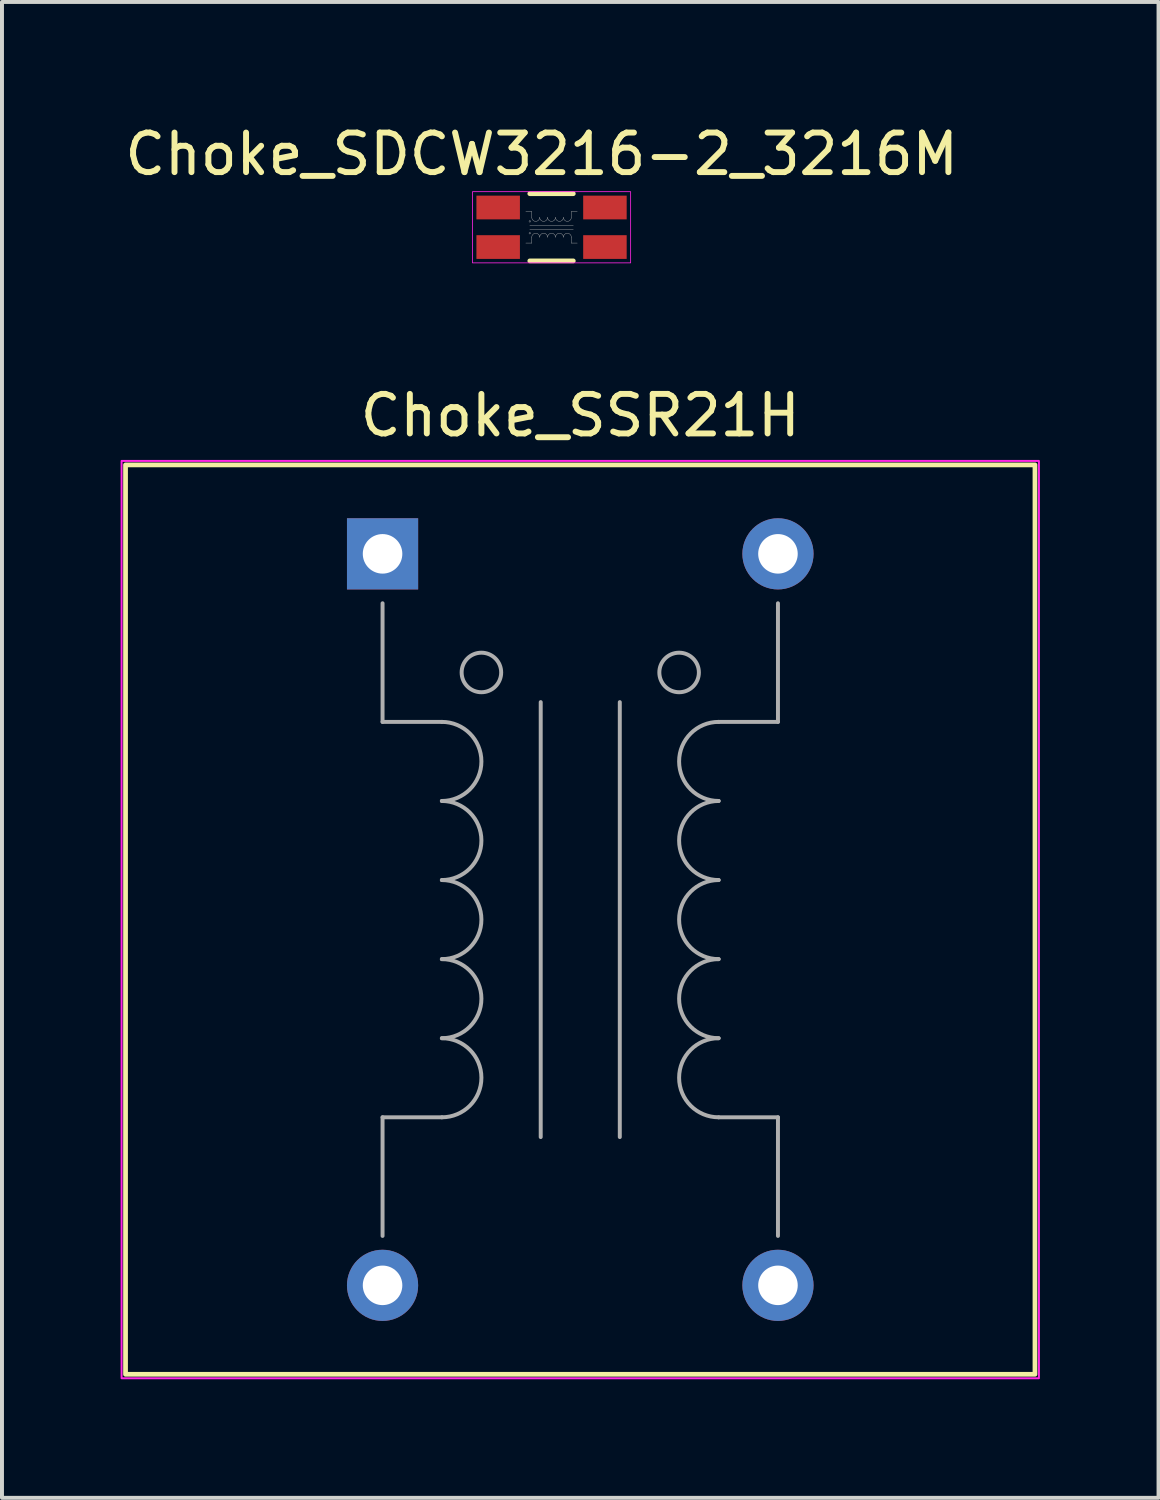
<source format=kicad_pcb>
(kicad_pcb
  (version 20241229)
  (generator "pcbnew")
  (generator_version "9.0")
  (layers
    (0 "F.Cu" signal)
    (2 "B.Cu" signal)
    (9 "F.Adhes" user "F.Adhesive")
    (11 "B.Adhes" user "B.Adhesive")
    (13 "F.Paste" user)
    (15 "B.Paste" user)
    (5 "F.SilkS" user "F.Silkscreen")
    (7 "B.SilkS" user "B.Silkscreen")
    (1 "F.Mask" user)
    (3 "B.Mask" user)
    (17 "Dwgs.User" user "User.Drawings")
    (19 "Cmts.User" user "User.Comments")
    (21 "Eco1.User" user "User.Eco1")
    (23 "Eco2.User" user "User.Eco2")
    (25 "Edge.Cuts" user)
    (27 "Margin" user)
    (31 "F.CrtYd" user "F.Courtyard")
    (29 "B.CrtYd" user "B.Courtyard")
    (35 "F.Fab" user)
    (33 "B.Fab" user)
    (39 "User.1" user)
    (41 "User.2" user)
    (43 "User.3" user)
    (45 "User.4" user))
  (footprint "Choke_SDCW3216-2_3216M"
    (layer "F.Cu")
    (at 9.549 2.198)
    (property "Reference" "Choke_SDCW3216-2_3216M" (at 1.1 -1.35 0) (unlocked yes) (layer "F.SilkS") (effects (font (size 1 1) (thickness 0.15))))
    (attr smd)
    (fp_line (start 0.8 -0.35) (end 1.9 -0.35) (stroke (width 0.12) (type default)) (layer "F.SilkS"))
    (fp_line (start 0.8 1.35) (end 1.9 1.35) (stroke (width 0.12) (type default)) (layer "F.SilkS"))
    (fp_rect (start -0.65 -0.4) (end 3.35 1.4) (stroke (width 0.02) (type default)) (fill no) (layer "F.CrtYd"))
    (fp_line (start 0.8 0.45) (end 1.9 0.45) (stroke (width 0.01) (type default)) (layer "F.Fab"))
    (fp_line (start 0.8 0.55) (end 1.9 0.55) (stroke (width 0.01) (type default)) (layer "F.Fab"))
    (fp_line (start 0.85 0.1) (end 0.7 0.1) (stroke (width 0.01) (type default)) (layer "F.Fab"))
    (fp_line (start 0.85 0.25) (end 0.85 0.1) (stroke (width 0.01) (type default)) (layer "F.Fab"))
    (fp_line (start 0.85 0.75) (end 0.85 0.9) (stroke (width 0.01) (type default)) (layer "F.Fab"))
    (fp_line (start 0.85 0.9) (end 0.7 0.9) (stroke (width 0.01) (type default)) (layer "F.Fab"))
    (fp_line (start 1.85 0.1) (end 2 0.1) (stroke (width 0.01) (type default)) (layer "F.Fab"))
    (fp_line (start 1.85 0.25) (end 1.85 0.1) (stroke (width 0.01) (type default)) (layer "F.Fab"))
    (fp_line (start 1.85 0.75) (end 1.85 0.9) (stroke (width 0.01) (type default)) (layer "F.Fab"))
    (fp_line (start 1.85 0.9) (end 2 0.9) (stroke (width 0.01) (type default)) (layer "F.Fab"))
    (fp_arc (start 0.85 0.75) (mid 0.95 0.65) (end 1.05 0.75) (stroke (width 0.01) (type default)) (layer "F.Fab"))
    (fp_arc (start 1.05 0.25) (mid 0.95 0.35) (end 0.85 0.25) (stroke (width 0.01) (type default)) (layer "F.Fab"))
    (fp_arc (start 1.05 0.75) (mid 1.15 0.65) (end 1.25 0.75) (stroke (width 0.01) (type default)) (layer "F.Fab"))
    (fp_arc (start 1.25 0.25) (mid 1.15 0.35) (end 1.05 0.25) (stroke (width 0.01) (type default)) (layer "F.Fab"))
    (fp_arc (start 1.25 0.75) (mid 1.35 0.65) (end 1.45 0.75) (stroke (width 0.01) (type default)) (layer "F.Fab"))
    (fp_arc (start 1.45 0.25) (mid 1.35 0.35) (end 1.25 0.25) (stroke (width 0.01) (type default)) (layer "F.Fab"))
    (fp_arc (start 1.45 0.75) (mid 1.55 0.65) (end 1.65 0.75) (stroke (width 0.01) (type default)) (layer "F.Fab"))
    (fp_arc (start 1.65 0.25) (mid 1.55 0.35) (end 1.45 0.25) (stroke (width 0.01) (type default)) (layer "F.Fab"))
    (fp_arc (start 1.65 0.75) (mid 1.75 0.65) (end 1.85 0.75) (stroke (width 0.01) (type default)) (layer "F.Fab"))
    (fp_arc (start 1.85 0.25) (mid 1.75 0.35) (end 1.65 0.25) (stroke (width 0.01) (type default)) (layer "F.Fab"))
    (fp_circle (center 0.8 0.35) (end 0.8 0.37) (stroke (width 0.01) (type default)) (fill no) (layer "F.Fab"))
    (fp_circle (center 0.8 0.65) (end 0.8 0.63) (stroke (width 0.01) (type default)) (fill no) (layer "F.Fab"))
    (pad "1" smd rect (at 0 0) (size 1.1 0.6) (layers "F.Cu" "F.Mask" "F.Paste"))
    (pad "2" smd rect (at 2.7 0) (size 1.1 0.6) (layers "F.Cu" "F.Mask" "F.Paste"))
    (pad "3" smd rect (at 2.7 1) (size 1.1 0.6) (layers "F.Cu" "F.Mask" "F.Paste"))
    (pad "4" smd rect (at 0 1) (size 1.1 0.6) (layers "F.Cu" "F.Mask" "F.Paste")))
  (footprint "Choke_SSR21H"
    (layer "F.Cu")
    (at 6.625 10.957)
    (property "Reference" "Choke_SSR21H" (at 5 -3.5 0) (unlocked yes) (layer "F.SilkS") (effects (font (size 1 1) (thickness 0.15))))
    (attr through_hole)
    (fp_rect (start -6.5 -2.25) (end 16.5 20.75) (stroke (width 0.12) (type default)) (fill no) (layer "F.SilkS"))
    (fp_rect (start -6.6 -2.35) (end 16.6 20.85) (stroke (width 0.05) (type default)) (fill no) (layer "F.CrtYd"))
    (fp_line (start 0 4.25) (end 0 1.25) (stroke (width 0.1) (type default)) (layer "F.Fab"))
    (fp_line (start 0 17.25) (end 0 14.25) (stroke (width 0.1) (type default)) (layer "F.Fab"))
    (fp_line (start 1.5 4.25) (end 0 4.25) (stroke (width 0.1) (type default)) (layer "F.Fab"))
    (fp_line (start 1.5 14.25) (end 0 14.25) (stroke (width 0.1) (type default)) (layer "F.Fab"))
    (fp_line (start 4 3.75) (end 4 14.75) (stroke (width 0.1) (type default)) (layer "F.Fab"))
    (fp_line (start 6 3.75) (end 6 14.75) (stroke (width 0.1) (type default)) (layer "F.Fab"))
    (fp_line (start 10 4.25) (end 8.5 4.25) (stroke (width 0.1) (type default)) (layer "F.Fab"))
    (fp_line (start 10 4.25) (end 10 1.25) (stroke (width 0.1) (type default)) (layer "F.Fab"))
    (fp_line (start 10 14.25) (end 8.5 14.25) (stroke (width 0.1) (type default)) (layer "F.Fab"))
    (fp_line (start 10 17.25) (end 10 14.25) (stroke (width 0.1) (type default)) (layer "F.Fab"))
    (fp_arc (start 1.5 4.25) (mid 2.5 5.25) (end 1.5 6.25) (stroke (width 0.1) (type default)) (layer "F.Fab"))
    (fp_arc (start 1.5 6.25) (mid 2.5 7.25) (end 1.5 8.25) (stroke (width 0.1) (type default)) (layer "F.Fab"))
    (fp_arc (start 1.5 8.25) (mid 2.5 9.25) (end 1.5 10.25) (stroke (width 0.1) (type default)) (layer "F.Fab"))
    (fp_arc (start 1.5 10.25) (mid 2.5 11.25) (end 1.5 12.25) (stroke (width 0.1) (type default)) (layer "F.Fab"))
    (fp_arc (start 1.5 12.25) (mid 2.5 13.25) (end 1.5 14.25) (stroke (width 0.1) (type default)) (layer "F.Fab"))
    (fp_arc (start 8.5 6.25) (mid 7.5 5.25) (end 8.5 4.25) (stroke (width 0.1) (type default)) (layer "F.Fab"))
    (fp_arc (start 8.5 8.25) (mid 7.5 7.25) (end 8.5 6.25) (stroke (width 0.1) (type default)) (layer "F.Fab"))
    (fp_arc (start 8.5 10.25) (mid 7.5 9.25) (end 8.5 8.25) (stroke (width 0.1) (type default)) (layer "F.Fab"))
    (fp_arc (start 8.5 12.25) (mid 7.5 11.25) (end 8.5 10.25) (stroke (width 0.1) (type default)) (layer "F.Fab"))
    (fp_arc (start 8.5 14.25) (mid 7.5 13.25) (end 8.5 12.25) (stroke (width 0.1) (type default)) (layer "F.Fab"))
    (fp_circle (center 2.5 3) (end 3 3) (stroke (width 0.1) (type solid)) (fill no) (layer "F.Fab"))
    (fp_circle (center 7.5 3) (end 8 3) (stroke (width 0.1) (type solid)) (fill no) (layer "F.Fab"))
    (pad "1" thru_hole rect (at 0 0) (size 1.8 1.8) (drill 1) (layers "*.Cu" "*.Mask"))
    (pad "2" thru_hole circle (at 0 18.5) (size 1.8 1.8) (drill 1) (layers "*.Cu" "*.Mask"))
    (pad "3" thru_hole circle (at 10 0) (size 1.8 1.8) (drill 1) (layers "*.Cu" "*.Mask"))
    (pad "4" thru_hole circle (at 10 18.5) (size 1.8 1.8) (drill 1) (layers "*.Cu" "*.Mask")))
  (gr_rect
    (start -3 -3)
    (end 26.25 34.831)
    (stroke (width 0.1) (type default))
    (fill no)
    (layer "Edge.Cuts")))
</source>
